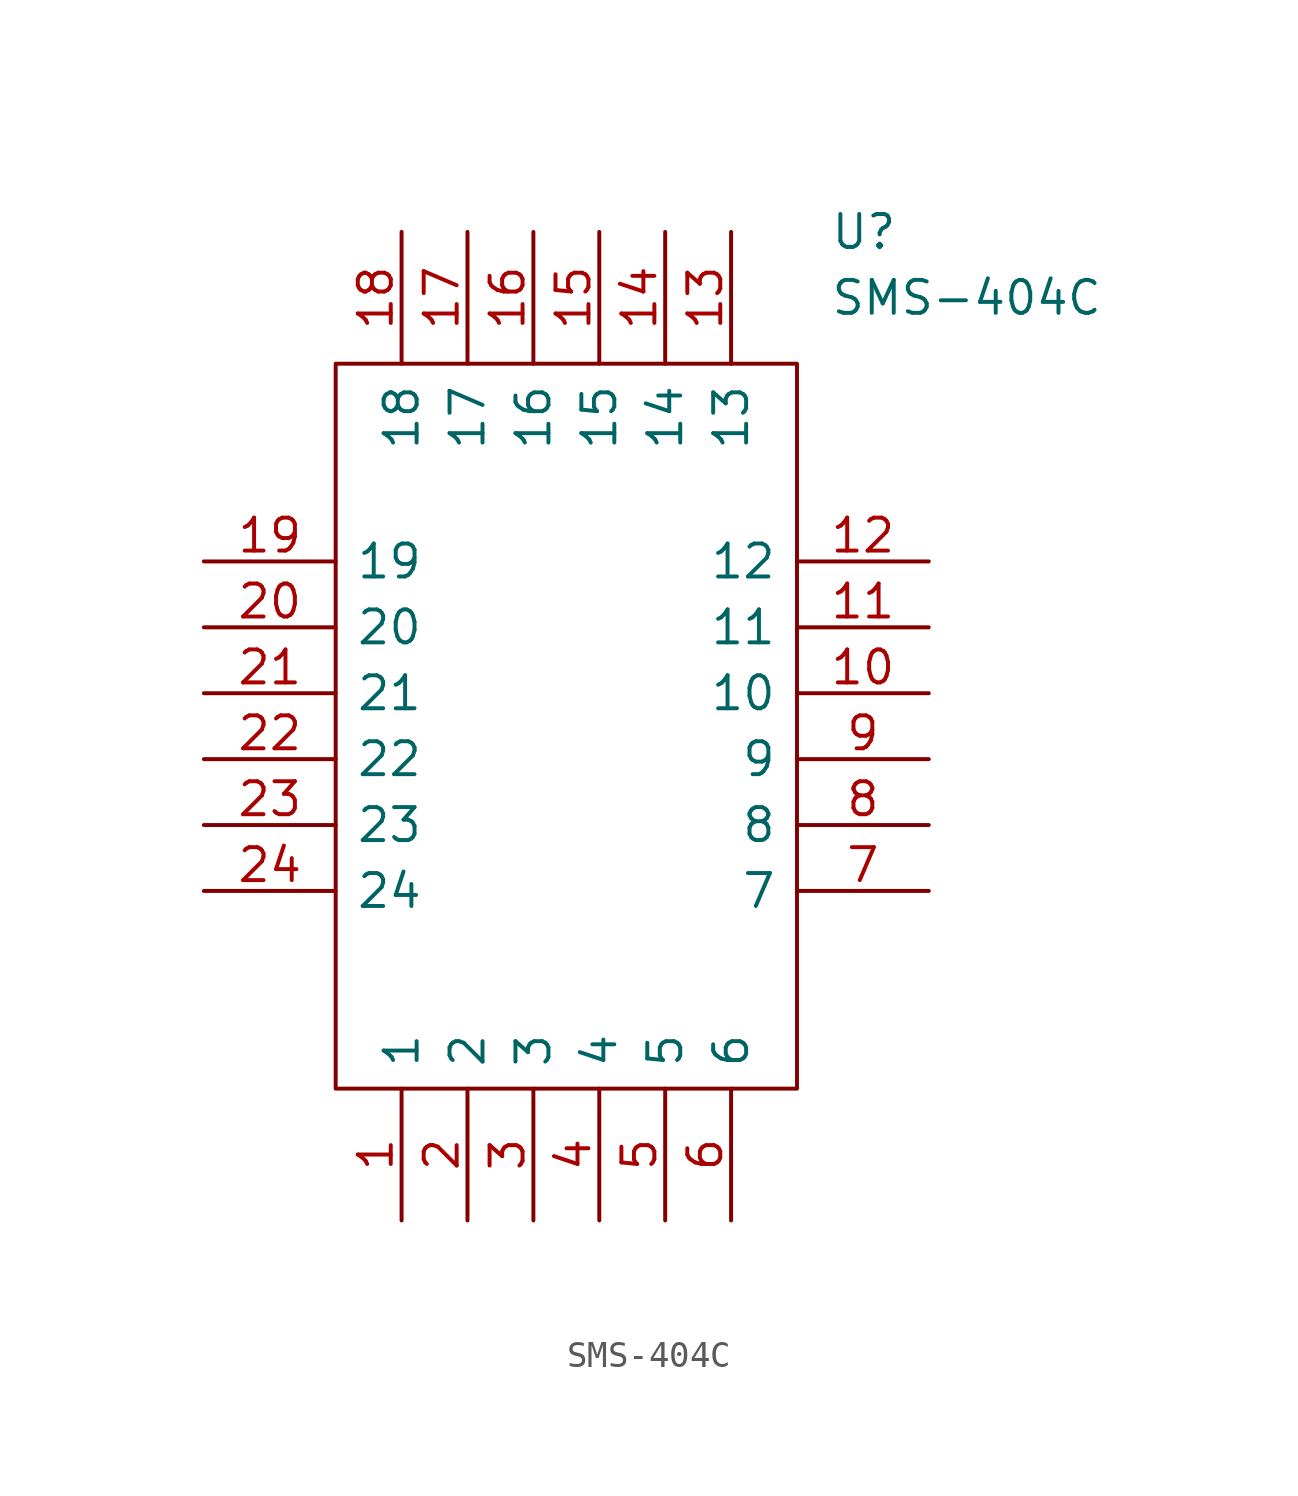
<source format=kicad_sym>
(kicad_symbol_lib
  (version 20211014)
  (generator kicad_symbol_editor)
  (symbol "SMS-404C"
    (pin_names
      (offset 0.762))
    (property "Reference" "U"
      (at 24.13 12.7 0)
      (effects (font (size 1.27 1.27)) (justify left)))
    (property "Value" "SMS-404C"
      (at 24.13 10.16 0)
      (effects (font (size 1.27 1.27)) (justify left)))
    (symbol "SMS-404C_0_0"
      (pin passive line (at 7.62 -25.4 90) (length 5.08) (name "1" (effects (font (size 1.27 1.27)))) (number "1" (effects (font (size 1.27 1.27)))))
      (pin passive line (at 27.94 -5.08 180) (length 5.08) (name "10" (effects (font (size 1.27 1.27)))) (number "10" (effects (font (size 1.27 1.27)))))
      (pin passive line (at 27.94 -2.54 180) (length 5.08) (name "11" (effects (font (size 1.27 1.27)))) (number "11" (effects (font (size 1.27 1.27)))))
      (pin passive line (at 27.94 0 180) (length 5.08) (name "12" (effects (font (size 1.27 1.27)))) (number "12" (effects (font (size 1.27 1.27)))))
      (pin passive line (at 20.32 12.7 270) (length 5.08) (name "13" (effects (font (size 1.27 1.27)))) (number "13" (effects (font (size 1.27 1.27)))))
      (pin passive line (at 17.78 12.7 270) (length 5.08) (name "14" (effects (font (size 1.27 1.27)))) (number "14" (effects (font (size 1.27 1.27)))))
      (pin passive line (at 15.24 12.7 270) (length 5.08) (name "15" (effects (font (size 1.27 1.27)))) (number "15" (effects (font (size 1.27 1.27)))))
      (pin passive line (at 12.7 12.7 270) (length 5.08) (name "16" (effects (font (size 1.27 1.27)))) (number "16" (effects (font (size 1.27 1.27)))))
      (pin passive line (at 10.16 12.7 270) (length 5.08) (name "17" (effects (font (size 1.27 1.27)))) (number "17" (effects (font (size 1.27 1.27)))))
      (pin passive line (at 7.62 12.7 270) (length 5.08) (name "18" (effects (font (size 1.27 1.27)))) (number "18" (effects (font (size 1.27 1.27)))))
      (pin passive line (at 0 0 0) (length 5.08) (name "19" (effects (font (size 1.27 1.27)))) (number "19" (effects (font (size 1.27 1.27)))))
      (pin passive line (at 10.16 -25.4 90) (length 5.08) (name "2" (effects (font (size 1.27 1.27)))) (number "2" (effects (font (size 1.27 1.27)))))
      (pin passive line (at 0 -2.54 0) (length 5.08) (name "20" (effects (font (size 1.27 1.27)))) (number "20" (effects (font (size 1.27 1.27)))))
      (pin passive line (at 0 -5.08 0) (length 5.08) (name "21" (effects (font (size 1.27 1.27)))) (number "21" (effects (font (size 1.27 1.27)))))
      (pin passive line (at 0 -7.62 0) (length 5.08) (name "22" (effects (font (size 1.27 1.27)))) (number "22" (effects (font (size 1.27 1.27)))))
      (pin passive line (at 0 -10.16 0) (length 5.08) (name "23" (effects (font (size 1.27 1.27)))) (number "23" (effects (font (size 1.27 1.27)))))
      (pin passive line (at 0 -12.7 0) (length 5.08) (name "24" (effects (font (size 1.27 1.27)))) (number "24" (effects (font (size 1.27 1.27)))))
      (pin passive line (at 12.7 -25.4 90) (length 5.08) (name "3" (effects (font (size 1.27 1.27)))) (number "3" (effects (font (size 1.27 1.27)))))
      (pin passive line (at 15.24 -25.4 90) (length 5.08) (name "4" (effects (font (size 1.27 1.27)))) (number "4" (effects (font (size 1.27 1.27)))))
      (pin passive line (at 17.78 -25.4 90) (length 5.08) (name "5" (effects (font (size 1.27 1.27)))) (number "5" (effects (font (size 1.27 1.27)))))
      (pin passive line (at 20.32 -25.4 90) (length 5.08) (name "6" (effects (font (size 1.27 1.27)))) (number "6" (effects (font (size 1.27 1.27)))))
      (pin passive line (at 27.94 -12.7 180) (length 5.08) (name "7" (effects (font (size 1.27 1.27)))) (number "7" (effects (font (size 1.27 1.27)))))
      (pin passive line (at 27.94 -10.16 180) (length 5.08) (name "8" (effects (font (size 1.27 1.27)))) (number "8" (effects (font (size 1.27 1.27)))))
      (pin passive line (at 27.94 -7.62 180) (length 5.08) (name "9" (effects (font (size 1.27 1.27)))) (number "9" (effects (font (size 1.27 1.27))))))
    (symbol "SMS-404C_0_1"
      (polyline (pts (xy 5.08 7.62) (xy 22.86 7.62) (xy 22.86 -20.32) (xy 5.08 -20.32) (xy 5.08 7.62)) (stroke (width 0.152) (type default) (color 0 0 0 0)) (fill (type none))))))
</source>
